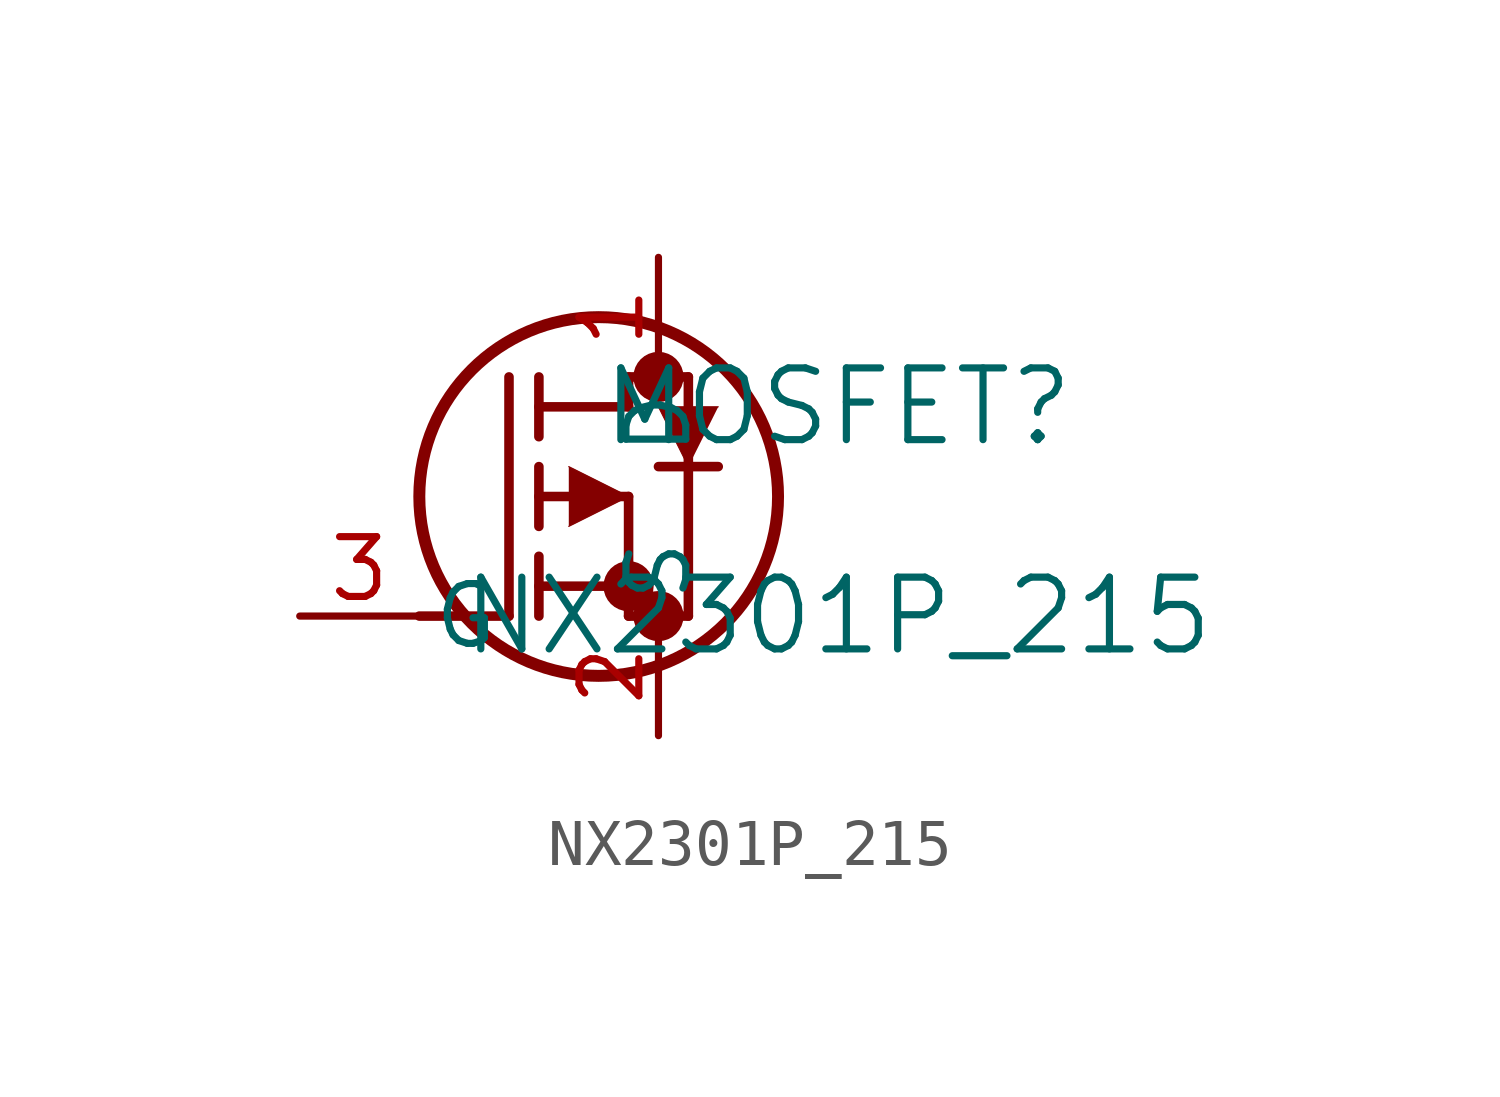
<source format=kicad_sym>
(kicad_symbol_lib
  (version 20220914)
  (generator kicad_symbol_editor)
  (symbol "NX2301P_215"
    (pin_names
      (offset 0.254))
    (property "Reference" "MOSFET"
      (at 11.43 4.445 0)
      (effects (font (size 1.524 1.524))))
    (property "Value" "NX2301P_215"
      (at 11.43 0 0)
      (effects (font (size 1.524 1.524))))
    (property "ki_locked" ""
      (at 0 0 0)
      (effects (font (size 1.27 1.27))))
    (symbol "NX2301P_215_0_1"
      (polyline (pts (xy 2.54 0) (xy 4.445 0)) (stroke (width 0.203) (type default)) (fill (type none)))
      (polyline (pts (xy 4.445 0) (xy 4.445 5.08)) (stroke (width 0.203) (type default)) (fill (type none)))
      (polyline (pts (xy 5.08 0) (xy 5.08 1.27)) (stroke (width 0.203) (type default)) (fill (type none)))
      (polyline (pts (xy 5.08 0.635) (xy 6.985 0.635)) (stroke (width 0.203) (type default)) (fill (type none)))
      (polyline (pts (xy 5.08 1.905) (xy 5.08 3.175)) (stroke (width 0.203) (type default)) (fill (type none)))
      (polyline (pts (xy 5.08 2.54) (xy 6.985 2.54)) (stroke (width 0.203) (type default)) (fill (type none)))
      (polyline (pts (xy 5.08 3.81) (xy 5.08 5.08)) (stroke (width 0.203) (type default)) (fill (type none)))
      (polyline (pts (xy 5.08 4.445) (xy 6.985 4.445)) (stroke (width 0.203) (type default)) (fill (type none)))
      (polyline (pts (xy 6.985 0) (xy 6.985 2.54)) (stroke (width 0.203) (type default)) (fill (type none)))
      (polyline (pts (xy 6.985 0) (xy 8.255 0)) (stroke (width 0.203) (type default)) (fill (type none)))
      (polyline (pts (xy 6.985 4.445) (xy 6.985 5.08)) (stroke (width 0.203) (type default)) (fill (type none)))
      (polyline (pts (xy 6.985 5.08) (xy 8.255 5.08)) (stroke (width 0.203) (type default)) (fill (type none)))
      (polyline (pts (xy 8.255 0) (xy 8.255 3.175)) (stroke (width 0.203) (type default)) (fill (type none)))
      (polyline (pts (xy 8.255 3.175) (xy 8.255 5.08)) (stroke (width 0.203) (type default)) (fill (type none)))
      (polyline (pts (xy 8.89 3.175) (xy 7.62 3.175)) (stroke (width 0.203) (type default)) (fill (type none)))
      (polyline (pts (xy 5.715 3.175) (xy 6.985 2.54) (xy 5.715 1.905)) (stroke (width 0.025) (type default)) (fill (type outline)))
      (polyline (pts (xy 8.89 4.445) (xy 7.62 4.445) (xy 8.255 3.175)) (stroke (width 0.025) (type default)) (fill (type outline)))
      (circle (center 6.35 2.54) (radius 3.81) (stroke (width 0.254) (type default)) (fill (type none)))
      (circle (center 6.985 0.635) (radius 0.025) (stroke (width 0.508) (type default)) (fill (type none)))
      (circle (center 7.62 0) (radius 0.025) (stroke (width 0.508) (type default)) (fill (type none)))
      (circle (center 7.62 5.08) (radius 0.025) (stroke (width 0.508) (type default)) (fill (type none))))
    (symbol "NX2301P_215_1_1"
      (pin bidirectional line (at 7.62 7.62 270) (length 2.54) (name "D" (effects (font (size 1.27 1.27)))) (number "1" (effects (font (size 1.27 1.27)))))
      (pin bidirectional line (at 7.62 -2.54 90) (length 2.54) (name "S" (effects (font (size 1.27 1.27)))) (number "2" (effects (font (size 1.27 1.27)))))
      (pin input line (at 0 0 0) (length 2.54) (name "G" (effects (font (size 1.27 1.27)))) (number "3" (effects (font (size 1.27 1.27))))))))
</source>
